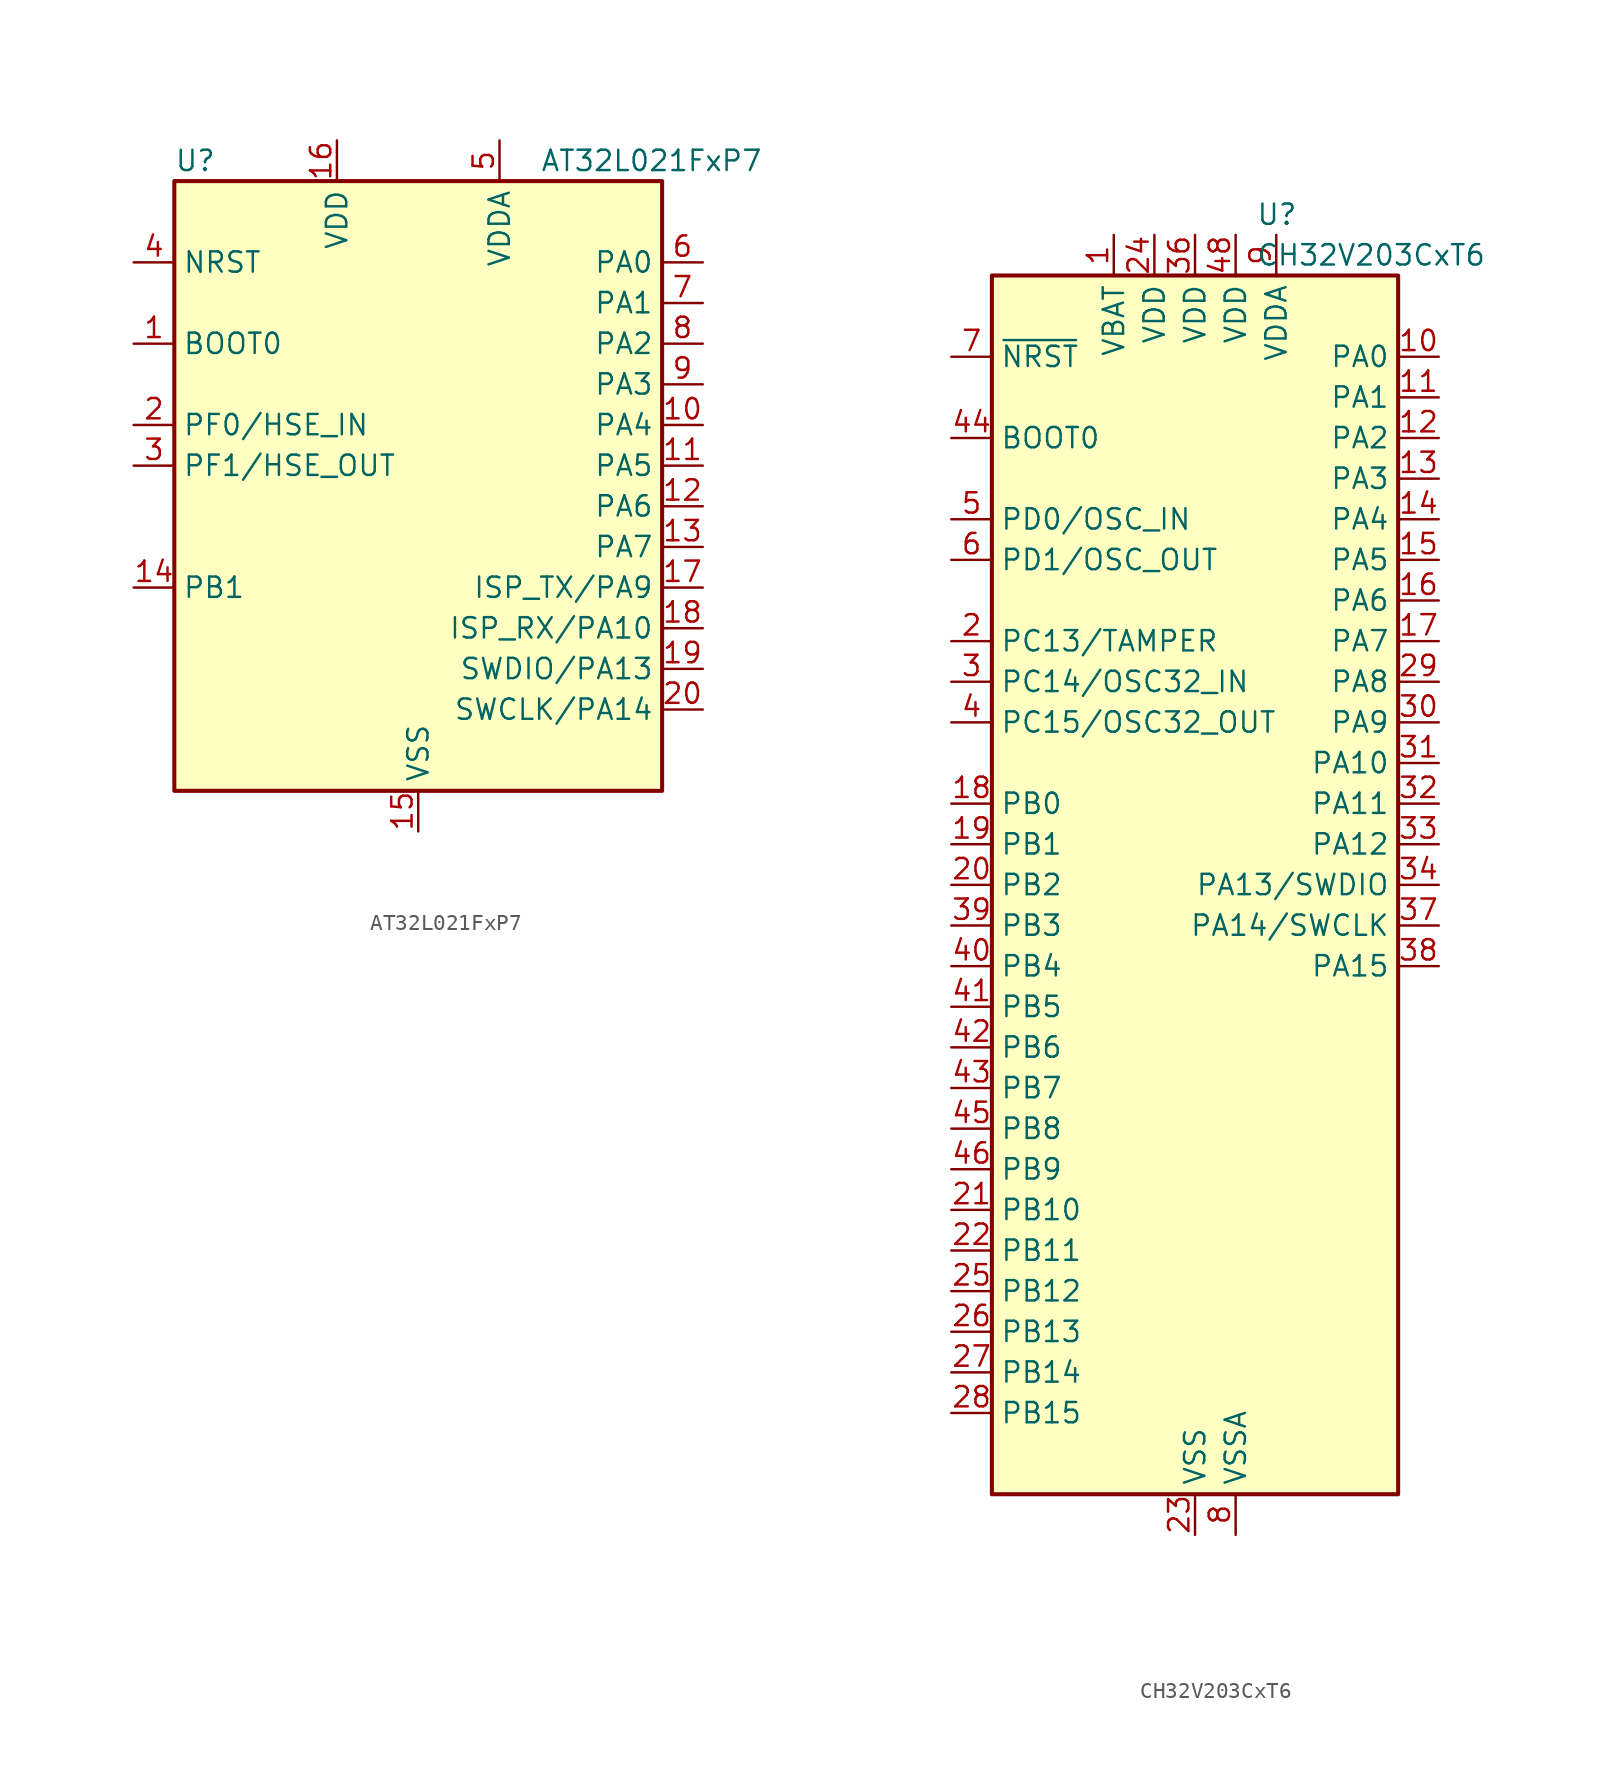
<source format=kicad_sym>
(kicad_symbol_lib
  (version 20241209)
  (generator "kicad_symbol_editor")
  (generator_version "9.0")
  (symbol "AT32L021FxP7"
    (property "Reference" "U"
      (at -15.24 21.59 0)
      (effects (font (size 1.27 1.27)) (justify left)))
    (property "Value" "AT32L021FxP7"
      (at 7.62 21.59 0)
      (effects (font (size 1.27 1.27)) (justify left)))
    (symbol "AT32L021FxP7_0_1"
      (rectangle (start -15.24 20.32) (end 15.24 -17.78) (stroke (width 0.254) (type default)) (fill (type background))))
    (symbol "AT32L021FxP7_1_1"
      (pin input line (at -17.78 15.24 0) (length 2.54) (name "NRST" (effects (font (size 1.27 1.27)))) (number "4" (effects (font (size 1.27 1.27)))))
      (pin input line (at -17.78 10.16 0) (length 2.54) (name "BOOT0" (effects (font (size 1.27 1.27)))) (number "1" (effects (font (size 1.27 1.27)))))
      (pin bidirectional line (at -17.78 5.08 0) (length 2.54) (name "PF0/HSE_IN" (effects (font (size 1.27 1.27)))) (number "2" (effects (font (size 1.27 1.27)))) (alternate "RCC_OSC_IN" bidirectional line))
      (pin bidirectional line (at -17.78 2.54 0) (length 2.54) (name "PF1/HSE_OUT" (effects (font (size 1.27 1.27)))) (number "3" (effects (font (size 1.27 1.27)))) (alternate "RCC_OSC_OUT" bidirectional line))
      (pin bidirectional line (at -17.78 -5.08 0) (length 2.54) (name "PB1" (effects (font (size 1.27 1.27)))) (number "14" (effects (font (size 1.27 1.27)))) (alternate "ADC1_IN9" bidirectional line) (alternate "ADC2_IN9" bidirectional line) (alternate "TIM1_CH3N" bidirectional line) (alternate "TIM3_CH4" bidirectional line))
      (pin power_in line (at -5.08 22.86 270) (length 2.54) (name "VDD" (effects (font (size 1.27 1.27)))) (number "16" (effects (font (size 1.27 1.27)))))
      (pin power_in line (at 0 -20.32 90) (length 2.54) (name "VSS" (effects (font (size 1.27 1.27)))) (number "15" (effects (font (size 1.27 1.27)))))
      (pin power_in line (at 5.08 22.86 270) (length 2.54) (name "VDDA" (effects (font (size 1.27 1.27)))) (number "5" (effects (font (size 1.27 1.27)))))
      (pin bidirectional line (at 17.78 15.24 180) (length 2.54) (name "PA0" (effects (font (size 1.27 1.27)))) (number "6" (effects (font (size 1.27 1.27)))) (alternate "ADC1_IN0" bidirectional line) (alternate "ADC2_IN0" bidirectional line) (alternate "SYS_WKUP" bidirectional line) (alternate "TIM2_CH1" bidirectional line) (alternate "TIM2_ETR" bidirectional line) (alternate "USART2_CTS" bidirectional line))
      (pin bidirectional line (at 17.78 12.7 180) (length 2.54) (name "PA1" (effects (font (size 1.27 1.27)))) (number "7" (effects (font (size 1.27 1.27)))) (alternate "ADC1_IN1" bidirectional line) (alternate "ADC2_IN1" bidirectional line) (alternate "TIM2_CH2" bidirectional line) (alternate "USART2_RTS" bidirectional line))
      (pin bidirectional line (at 17.78 10.16 180) (length 2.54) (name "PA2" (effects (font (size 1.27 1.27)))) (number "8" (effects (font (size 1.27 1.27)))) (alternate "ADC1_IN2" bidirectional line) (alternate "ADC2_IN2" bidirectional line) (alternate "TIM2_CH3" bidirectional line) (alternate "USART2_TX" bidirectional line))
      (pin bidirectional line (at 17.78 7.62 180) (length 2.54) (name "PA3" (effects (font (size 1.27 1.27)))) (number "9" (effects (font (size 1.27 1.27)))) (alternate "ADC1_IN3" bidirectional line) (alternate "ADC2_IN3" bidirectional line) (alternate "TIM2_CH4" bidirectional line) (alternate "USART2_RX" bidirectional line))
      (pin bidirectional line (at 17.78 5.08 180) (length 2.54) (name "PA4" (effects (font (size 1.27 1.27)))) (number "10" (effects (font (size 1.27 1.27)))) (alternate "ADC1_IN4" bidirectional line) (alternate "ADC2_IN4" bidirectional line) (alternate "SPI1_NSS" bidirectional line) (alternate "USART2_CK" bidirectional line))
      (pin bidirectional line (at 17.78 2.54 180) (length 2.54) (name "PA5" (effects (font (size 1.27 1.27)))) (number "11" (effects (font (size 1.27 1.27)))) (alternate "ADC1_IN5" bidirectional line) (alternate "ADC2_IN5" bidirectional line) (alternate "SPI1_SCK" bidirectional line))
      (pin bidirectional line (at 17.78 0 180) (length 2.54) (name "PA6" (effects (font (size 1.27 1.27)))) (number "12" (effects (font (size 1.27 1.27)))) (alternate "ADC1_IN6" bidirectional line) (alternate "ADC2_IN6" bidirectional line) (alternate "SPI1_MISO" bidirectional line) (alternate "TIM1_BKIN" bidirectional line) (alternate "TIM3_CH1" bidirectional line))
      (pin bidirectional line (at 17.78 -2.54 180) (length 2.54) (name "PA7" (effects (font (size 1.27 1.27)))) (number "13" (effects (font (size 1.27 1.27)))) (alternate "ADC1_IN7" bidirectional line) (alternate "ADC2_IN7" bidirectional line) (alternate "SPI1_MOSI" bidirectional line) (alternate "TIM1_CH1N" bidirectional line) (alternate "TIM3_CH2" bidirectional line))
      (pin bidirectional line (at 17.78 -5.08 180) (length 2.54) (name "ISP_TX/PA9" (effects (font (size 1.27 1.27)))) (number "17" (effects (font (size 1.27 1.27)))) (alternate "TIM1_CH2" bidirectional line) (alternate "USART1_TX" bidirectional line))
      (pin bidirectional line (at 17.78 -7.62 180) (length 2.54) (name "ISP_RX/PA10" (effects (font (size 1.27 1.27)))) (number "18" (effects (font (size 1.27 1.27)))) (alternate "TIM1_CH3" bidirectional line) (alternate "USART1_RX" bidirectional line))
      (pin bidirectional line (at 17.78 -10.16 180) (length 2.54) (name "SWDIO/PA13" (effects (font (size 1.27 1.27)))) (number "19" (effects (font (size 1.27 1.27)))) (alternate "SYS_JTMS-SWDIO" bidirectional line))
      (pin bidirectional line (at 17.78 -12.7 180) (length 2.54) (name "SWCLK/PA14" (effects (font (size 1.27 1.27)))) (number "20" (effects (font (size 1.27 1.27)))) (alternate "SYS_JTCK-SWCLK" bidirectional line))))
  (symbol "CH32V203CxT6"
    (property "Reference" "U"
      (at 3.81 41.91 0)
      (effects (font (size 1.27 1.27)) (justify left)))
    (property "Value" "CH32V203CxT6"
      (at 3.81 39.37 0)
      (effects (font (size 1.27 1.27)) (justify left)))
    (symbol "CH32V203CxT6_0_0"
      (pin input line (at -15.24 27.94 0) (length 2.54) (name "BOOT0" (effects (font (size 1.27 1.27)))) (number "44" (effects (font (size 1.27 1.27)))))
      (pin power_in line (at -5.08 40.64 270) (length 2.54) (name "VBAT" (effects (font (size 1.27 1.27)))) (number "1" (effects (font (size 1.27 1.27)))))
      (pin power_in line (at -2.54 40.64 270) (length 2.54) (name "VDD" (effects (font (size 1.27 1.27)))) (number "24" (effects (font (size 1.27 1.27)))))
      (pin power_in line (at 0 -40.64 90) (length 2.54) (name "VSS" (effects (font (size 1.27 1.27)))) (number "23" (effects (font (size 1.27 1.27)))))
      (pin power_in line (at 2.54 -40.64 90) (length 2.54) (name "VSSA" (effects (font (size 1.27 1.27)))) (number "8" (effects (font (size 1.27 1.27)))))
      (pin power_in line (at 5.08 40.64 270) (length 2.54) (name "VDDA" (effects (font (size 1.27 1.27)))) (number "9" (effects (font (size 1.27 1.27))))))
    (symbol "CH32V203CxT6_1_0"
      (pin input line (at -15.24 33.02 0) (length 2.54) (name "~{NRST}" (effects (font (size 1.27 1.27)))) (number "7" (effects (font (size 1.27 1.27)))))
      (pin bidirectional line (at -15.24 22.86 0) (length 2.54) (name "PD0/OSC_IN" (effects (font (size 1.27 1.27)))) (number "5" (effects (font (size 1.27 1.27)))) (alternate "PD0" bidirectional line))
      (pin bidirectional line (at -15.24 20.32 0) (length 2.54) (name "PD1/OSC_OUT" (effects (font (size 1.27 1.27)))) (number "6" (effects (font (size 1.27 1.27)))) (alternate "PD1" bidirectional line))
      (pin bidirectional line (at -15.24 15.24 0) (length 2.54) (name "PC13/TAMPER" (effects (font (size 1.27 1.27)))) (number "2" (effects (font (size 1.27 1.27)))) (alternate "TAMPER-RTC" bidirectional line) (alternate "TIM8_CH4_1" bidirectional line))
      (pin bidirectional line (at -15.24 12.7 0) (length 2.54) (name "PC14/OSC32_IN" (effects (font (size 1.27 1.27)))) (number "3" (effects (font (size 1.27 1.27)))) (alternate "OSC32_IN" bidirectional line) (alternate "TIM9_CH4_1" bidirectional line))
      (pin bidirectional line (at -15.24 10.16 0) (length 2.54) (name "PC15/OSC32_OUT" (effects (font (size 1.27 1.27)))) (number "4" (effects (font (size 1.27 1.27)))) (alternate "OSC32_OUT" bidirectional line) (alternate "TIM10_CH4_1" bidirectional line))
      (pin bidirectional line (at -15.24 5.08 0) (length 2.54) (name "PB0" (effects (font (size 1.27 1.27)))) (number "18" (effects (font (size 1.27 1.27)))) (alternate "ADC_IN8" bidirectional line) (alternate "OPA1_CH1P" bidirectional line) (alternate "TIM1_CH2N_1" bidirectional line) (alternate "TIM3_CH3" bidirectional line) (alternate "TIM3_CH3_2" bidirectional line) (alternate "TIM8_CH2N" bidirectional line) (alternate "TIM9_CH1N_1" bidirectional line) (alternate "UART4_TX_1" bidirectional line))
      (pin bidirectional line (at -15.24 2.54 0) (length 2.54) (name "PB1" (effects (font (size 1.27 1.27)))) (number "19" (effects (font (size 1.27 1.27)))) (alternate "ADC_IN9" bidirectional line) (alternate "OPA4_CH0N" bidirectional line) (alternate "TIM1_CH3N_1" bidirectional line) (alternate "TIM3_CH4" bidirectional line) (alternate "TIM3_CH4_2" bidirectional line) (alternate "TIM8_CH3N" bidirectional line) (alternate "TIM9_CH2N_1" bidirectional line) (alternate "UART4_RX_1" bidirectional line))
      (pin bidirectional line (at -15.24 0 0) (length 2.54) (name "PB2" (effects (font (size 1.27 1.27)))) (number "20" (effects (font (size 1.27 1.27)))) (alternate "BOOT1" bidirectional line) (alternate "OPA3_CH0N" bidirectional line) (alternate "TIM9_CH3N_1" bidirectional line))
      (pin bidirectional line (at -15.24 -2.54 0) (length 2.54) (name "PB3" (effects (font (size 1.27 1.27)))) (number "39" (effects (font (size 1.27 1.27)))) (alternate "SPI1_SCK" bidirectional line) (alternate "SPI3_SCK" bidirectional line) (alternate "TIM10_CH1_1" bidirectional line) (alternate "TIM2_CH2_1" bidirectional line) (alternate "TIM2_CH2_3" bidirectional line))
      (pin bidirectional line (at -15.24 -5.08 0) (length 2.54) (name "PB4" (effects (font (size 1.27 1.27)))) (number "40" (effects (font (size 1.27 1.27)))) (alternate "SPI1_MISO" bidirectional line) (alternate "SPI3_MISO" bidirectional line) (alternate "TIM10_CH2_1" bidirectional line) (alternate "TIM3_CH1_2" bidirectional line) (alternate "UART5_TX_1" bidirectional line))
      (pin bidirectional line (at -15.24 -7.62 0) (length 2.54) (name "PB5" (effects (font (size 1.27 1.27)))) (number "41" (effects (font (size 1.27 1.27)))) (alternate "CAN2_RX" bidirectional line) (alternate "I2C1_SMBA" bidirectional line) (alternate "SPI1_MOSI" bidirectional line) (alternate "SPI3_MOSI" bidirectional line) (alternate "TIM10_CH3_1" bidirectional line) (alternate "TIM3_CH2_2" bidirectional line) (alternate "UART5_RX_1" bidirectional line))
      (pin bidirectional line (at -15.24 -10.16 0) (length 2.54) (name "PB6" (effects (font (size 1.27 1.27)))) (number "42" (effects (font (size 1.27 1.27)))) (alternate "CAN2_TX" bidirectional line) (alternate "I2C1_SCL" bidirectional line) (alternate "TIM4_CH1" bidirectional line) (alternate "TIM8_CH1_1" bidirectional line) (alternate "USART1_TX_1" bidirectional line) (alternate "USBFS_DM" bidirectional line) (alternate "USBHS_DM" bidirectional line))
      (pin bidirectional line (at -15.24 -12.7 0) (length 2.54) (name "PB7" (effects (font (size 1.27 1.27)))) (number "43" (effects (font (size 1.27 1.27)))) (alternate "I2C1_SDA" bidirectional line) (alternate "TIM4_CH2" bidirectional line) (alternate "TIM8_CH2_1" bidirectional line) (alternate "USART1_RX_1" bidirectional line) (alternate "USBFS_DP" bidirectional line) (alternate "USBHS_D4" bidirectional line))
      (pin bidirectional line (at -15.24 -15.24 0) (length 2.54) (name "PB8" (effects (font (size 1.27 1.27)))) (number "45" (effects (font (size 1.27 1.27)))) (alternate "CAN1_RX" bidirectional line) (alternate "I2C1_SCL" bidirectional line) (alternate "TIM10_CH1" bidirectional line) (alternate "TIM4_CH3" bidirectional line) (alternate "TIM8_CH3_1" bidirectional line) (alternate "UART6_TX_1" bidirectional line))
      (pin bidirectional line (at -15.24 -17.78 0) (length 2.54) (name "PB9" (effects (font (size 1.27 1.27)))) (number "46" (effects (font (size 1.27 1.27)))) (alternate "CAN1_TX" bidirectional line) (alternate "I2C1_SDA" bidirectional line) (alternate "TIM10_CH2" bidirectional line) (alternate "TIM4_CH4" bidirectional line) (alternate "TIM8_BKIN_1" bidirectional line) (alternate "UART6_RX_1" bidirectional line))
      (pin bidirectional line (at -15.24 -20.32 0) (length 2.54) (name "PB10" (effects (font (size 1.27 1.27)))) (number "21" (effects (font (size 1.27 1.27)))) (alternate "I2C2_SCL" bidirectional line) (alternate "OPA2_CH0N" bidirectional line) (alternate "TIM10_BKIN_1" bidirectional line) (alternate "TIM2_CH3_2" bidirectional line) (alternate "TIM2_CH3_3" bidirectional line) (alternate "USART3_TX" bidirectional line))
      (pin bidirectional line (at -15.24 -22.86 0) (length 2.54) (name "PB11" (effects (font (size 1.27 1.27)))) (number "22" (effects (font (size 1.27 1.27)))) (alternate "I2C2_SDA" bidirectional line) (alternate "OPA1_CH0N" bidirectional line) (alternate "TIM10_ETR_1" bidirectional line) (alternate "TIM2_CH4_2" bidirectional line) (alternate "TIM2_CH4_3" bidirectional line) (alternate "USART3_RX" bidirectional line))
      (pin bidirectional line (at -15.24 -25.4 0) (length 2.54) (name "PB12" (effects (font (size 1.27 1.27)))) (number "25" (effects (font (size 1.27 1.27)))) (alternate "CAN2_RX" bidirectional line) (alternate "I2C2_SMBA" bidirectional line) (alternate "OPA4_CH0P" bidirectional line) (alternate "SPI2_NSS" bidirectional line) (alternate "TIM1_BKIN" bidirectional line) (alternate "USART3_CK" bidirectional line))
      (pin bidirectional line (at -15.24 -27.94 0) (length 2.54) (name "PB13" (effects (font (size 1.27 1.27)))) (number "26" (effects (font (size 1.27 1.27)))) (alternate "CAN2_TX" bidirectional line) (alternate "I2S2_CK" bidirectional line) (alternate "OPA3_CH0P" bidirectional line) (alternate "SPI2_SCK" bidirectional line) (alternate "TIM1_CH1N" bidirectional line) (alternate "USART3_CTS" bidirectional line) (alternate "USART3_CTS_1" bidirectional line))
      (pin bidirectional line (at -15.24 -30.48 0) (length 2.54) (name "PB14" (effects (font (size 1.27 1.27)))) (number "27" (effects (font (size 1.27 1.27)))) (alternate "OPA2_CH0P" bidirectional line) (alternate "SPI2_MISO" bidirectional line) (alternate "TIM1_CH2N" bidirectional line) (alternate "USART3_RTS" bidirectional line) (alternate "USART3_RTS_1" bidirectional line))
      (pin bidirectional line (at -15.24 -33.02 0) (length 2.54) (name "PB15" (effects (font (size 1.27 1.27)))) (number "28" (effects (font (size 1.27 1.27)))) (alternate "OPA1_CH0P" bidirectional line) (alternate "SPI2_MOSI" bidirectional line) (alternate "TIM1_CH3N" bidirectional line) (alternate "USART1_TX_2" bidirectional line))
      (pin power_in line (at 0 40.64 270) (length 2.54) (name "VDD" (effects (font (size 1.27 1.27)))) (number "36" (effects (font (size 1.27 1.27)))))
      (pin power_in line (at 0 -40.64 90) (length 2.54) (hide yes) (name "VSS" (effects (font (size 1.27 1.27)))) (number "35" (effects (font (size 1.27 1.27)))))
      (pin power_in line (at 0 -40.64 90) (length 2.54) (hide yes) (name "VSS" (effects (font (size 1.27 1.27)))) (number "47" (effects (font (size 1.27 1.27)))))
      (pin power_in line (at 2.54 40.64 270) (length 2.54) (name "VDD" (effects (font (size 1.27 1.27)))) (number "48" (effects (font (size 1.27 1.27)))))
      (pin bidirectional line (at 15.24 33.02 180) (length 2.54) (name "PA0" (effects (font (size 1.27 1.27)))) (number "10" (effects (font (size 1.27 1.27)))) (alternate "ADC_IN0" bidirectional line) (alternate "OPA4_OUT0" bidirectional line) (alternate "TIM2_CH1_ETR" bidirectional line) (alternate "TIM2_CH1_ETR_2" bidirectional line) (alternate "TIM5_CH1" bidirectional line) (alternate "TIM8_ETR" bidirectional line) (alternate "TIM8_ETR_1" bidirectional line) (alternate "WKUP" bidirectional line))
      (pin bidirectional line (at 15.24 30.48 180) (length 2.54) (name "PA1" (effects (font (size 1.27 1.27)))) (number "11" (effects (font (size 1.27 1.27)))) (alternate "ADC_IN1" bidirectional line) (alternate "OPA3_OUT0" bidirectional line) (alternate "TIM2_CH2" bidirectional line) (alternate "TIM2_CH2_2" bidirectional line) (alternate "TIM5_CH2" bidirectional line) (alternate "TIM9_BKIN_1" bidirectional line) (alternate "USART2_RTS" bidirectional line))
      (pin bidirectional line (at 15.24 27.94 180) (length 2.54) (name "PA2" (effects (font (size 1.27 1.27)))) (number "12" (effects (font (size 1.27 1.27)))) (alternate "ADC_IN2" bidirectional line) (alternate "OPA2_OUT0" bidirectional line) (alternate "TIM2_CH3" bidirectional line) (alternate "TIM2_CH3_1" bidirectional line) (alternate "TIM5_CH3" bidirectional line) (alternate "TIM9_CH1" bidirectional line) (alternate "TIM9_CH1_ETR_1" bidirectional line) (alternate "TIM9_ETR" bidirectional line) (alternate "USART2_TX" bidirectional line))
      (pin bidirectional line (at 15.24 25.4 180) (length 2.54) (name "PA3" (effects (font (size 1.27 1.27)))) (number "13" (effects (font (size 1.27 1.27)))) (alternate "ADC_IN3" bidirectional line) (alternate "OPA1_OUT0" bidirectional line) (alternate "TIM2_CH4" bidirectional line) (alternate "TIM2_CH4_1" bidirectional line) (alternate "TIM5_CH4" bidirectional line) (alternate "TIM9_CH2" bidirectional line) (alternate "TIM9_CH2_1" bidirectional line) (alternate "USART2_RX" bidirectional line))
      (pin bidirectional line (at 15.24 22.86 180) (length 2.54) (name "PA4" (effects (font (size 1.27 1.27)))) (number "14" (effects (font (size 1.27 1.27)))) (alternate "ADC_IN4" bidirectional line) (alternate "DAC_OUT1" bidirectional line) (alternate "I2S3_WS" bidirectional line) (alternate "SPI1_NSS" bidirectional line) (alternate "SPI3_NSS" bidirectional line) (alternate "TIM9_CH3" bidirectional line) (alternate "TIM9_CH3_1" bidirectional line) (alternate "USART2_CK" bidirectional line))
      (pin bidirectional line (at 15.24 20.32 180) (length 2.54) (name "PA5" (effects (font (size 1.27 1.27)))) (number "15" (effects (font (size 1.27 1.27)))) (alternate "ADC_IN5" bidirectional line) (alternate "DAC_OUT2" bidirectional line) (alternate "OPA2_CH1N" bidirectional line) (alternate "SPI1_SCK" bidirectional line) (alternate "TIM10_CH1N_1" bidirectional line) (alternate "USART1_CK_3" bidirectional line) (alternate "USART1_CTS_2" bidirectional line))
      (pin bidirectional line (at 15.24 17.78 180) (length 2.54) (name "PA6" (effects (font (size 1.27 1.27)))) (number "16" (effects (font (size 1.27 1.27)))) (alternate "ADC_IN6" bidirectional line) (alternate "OPA1_CH1N" bidirectional line) (alternate "SPI1_MISO" bidirectional line) (alternate "TIM10_CH2N_1" bidirectional line) (alternate "TIM1_BKIN_1" bidirectional line) (alternate "TIM3_CH1" bidirectional line) (alternate "TIM8_BKIN" bidirectional line) (alternate "USART1_TX_3" bidirectional line) (alternate "USART7_TX_1" bidirectional line))
      (pin bidirectional line (at 15.24 15.24 180) (length 2.54) (name "PA7" (effects (font (size 1.27 1.27)))) (number "17" (effects (font (size 1.27 1.27)))) (alternate "ADC_IN7" bidirectional line) (alternate "OPA2_CH1P" bidirectional line) (alternate "SPI1_MOSI" bidirectional line) (alternate "TIM10_CH3N_1" bidirectional line) (alternate "TIM1_CH1N_1" bidirectional line) (alternate "TIM3_CH2" bidirectional line) (alternate "TIM8_CH1N" bidirectional line) (alternate "UART7_RX_1" bidirectional line) (alternate "USART1_RX_3" bidirectional line))
      (pin bidirectional line (at 15.24 12.7 180) (length 2.54) (name "PA8" (effects (font (size 1.27 1.27)))) (number "29" (effects (font (size 1.27 1.27)))) (alternate "MCO" bidirectional line) (alternate "TIM1_CH1" bidirectional line) (alternate "TIM1_CH1_1" bidirectional line) (alternate "USART1_CK" bidirectional line) (alternate "USART1_CK_1" bidirectional line) (alternate "USART1_RX_2" bidirectional line))
      (pin bidirectional line (at 15.24 10.16 180) (length 2.54) (name "PA9" (effects (font (size 1.27 1.27)))) (number "30" (effects (font (size 1.27 1.27)))) (alternate "OTG_FS_VBUS" bidirectional line) (alternate "TIM1_CH2" bidirectional line) (alternate "TIM1_CH2_1" bidirectional line) (alternate "USART1_RTS_2" bidirectional line) (alternate "USART1_TX" bidirectional line))
      (pin bidirectional line (at 15.24 7.62 180) (length 2.54) (name "PA10" (effects (font (size 1.27 1.27)))) (number "31" (effects (font (size 1.27 1.27)))) (alternate "OTG_FS_ID" bidirectional line) (alternate "TIM1_CH3" bidirectional line) (alternate "TIM1_CH3_1" bidirectional line) (alternate "USART1_CK_2" bidirectional line) (alternate "USART1_RX" bidirectional line))
      (pin bidirectional line (at 15.24 5.08 180) (length 2.54) (name "PA11" (effects (font (size 1.27 1.27)))) (number "32" (effects (font (size 1.27 1.27)))) (alternate "CAN1_RX" bidirectional line) (alternate "OTG_FS_DM" bidirectional line) (alternate "TIM1_CH4" bidirectional line) (alternate "TIM1_CH4_1" bidirectional line) (alternate "USART1_CTS" bidirectional line) (alternate "USART1_CTS_1" bidirectional line))
      (pin bidirectional line (at 15.24 2.54 180) (length 2.54) (name "PA12" (effects (font (size 1.27 1.27)))) (number "33" (effects (font (size 1.27 1.27)))) (alternate "CAN1_TX" bidirectional line) (alternate "OTG_FS_DP" bidirectional line) (alternate "TIM10_CH1N" bidirectional line) (alternate "TIM1_ETR" bidirectional line) (alternate "TIM1_ETR_1" bidirectional line) (alternate "USART1_RTS" bidirectional line) (alternate "USART1_RTS_1" bidirectional line))
      (pin bidirectional line (at 15.24 0 180) (length 2.54) (name "PA13/SWDIO" (effects (font (size 1.27 1.27)))) (number "34" (effects (font (size 1.27 1.27)))) (alternate "PA13" bidirectional line) (alternate "TIM10_CH2N" bidirectional line) (alternate "TIM8_CH1N_1" bidirectional line) (alternate "USART3_TX_2" bidirectional line))
      (pin bidirectional line (at 15.24 -2.54 180) (length 2.54) (name "PA14/SWCLK" (effects (font (size 1.27 1.27)))) (number "37" (effects (font (size 1.27 1.27)))) (alternate "PA14" bidirectional line) (alternate "TIM10_CH3N" bidirectional line) (alternate "TIM8_CH2N_1" bidirectional line) (alternate "UART8_TX_1" bidirectional line) (alternate "USART3_RX_2" bidirectional line))
      (pin bidirectional line (at 15.24 -5.08 180) (length 2.54) (name "PA15" (effects (font (size 1.27 1.27)))) (number "38" (effects (font (size 1.27 1.27)))) (alternate "I2S3_WS" bidirectional line) (alternate "SPI1_NSS" bidirectional line) (alternate "SPI3_NSS" bidirectional line) (alternate "TIM2_CH1_ETR_1" bidirectional line) (alternate "TIM2_CH1_ETR_3" bidirectional line) (alternate "TIM8_CH3N_1" bidirectional line) (alternate "UART8_RX_1" bidirectional line)))
    (symbol "CH32V203CxT6_1_1"
      (rectangle (start -12.7 38.1) (end 12.7 -38.1) (stroke (width 0.254) (type default)) (fill (type background))))))
</source>
